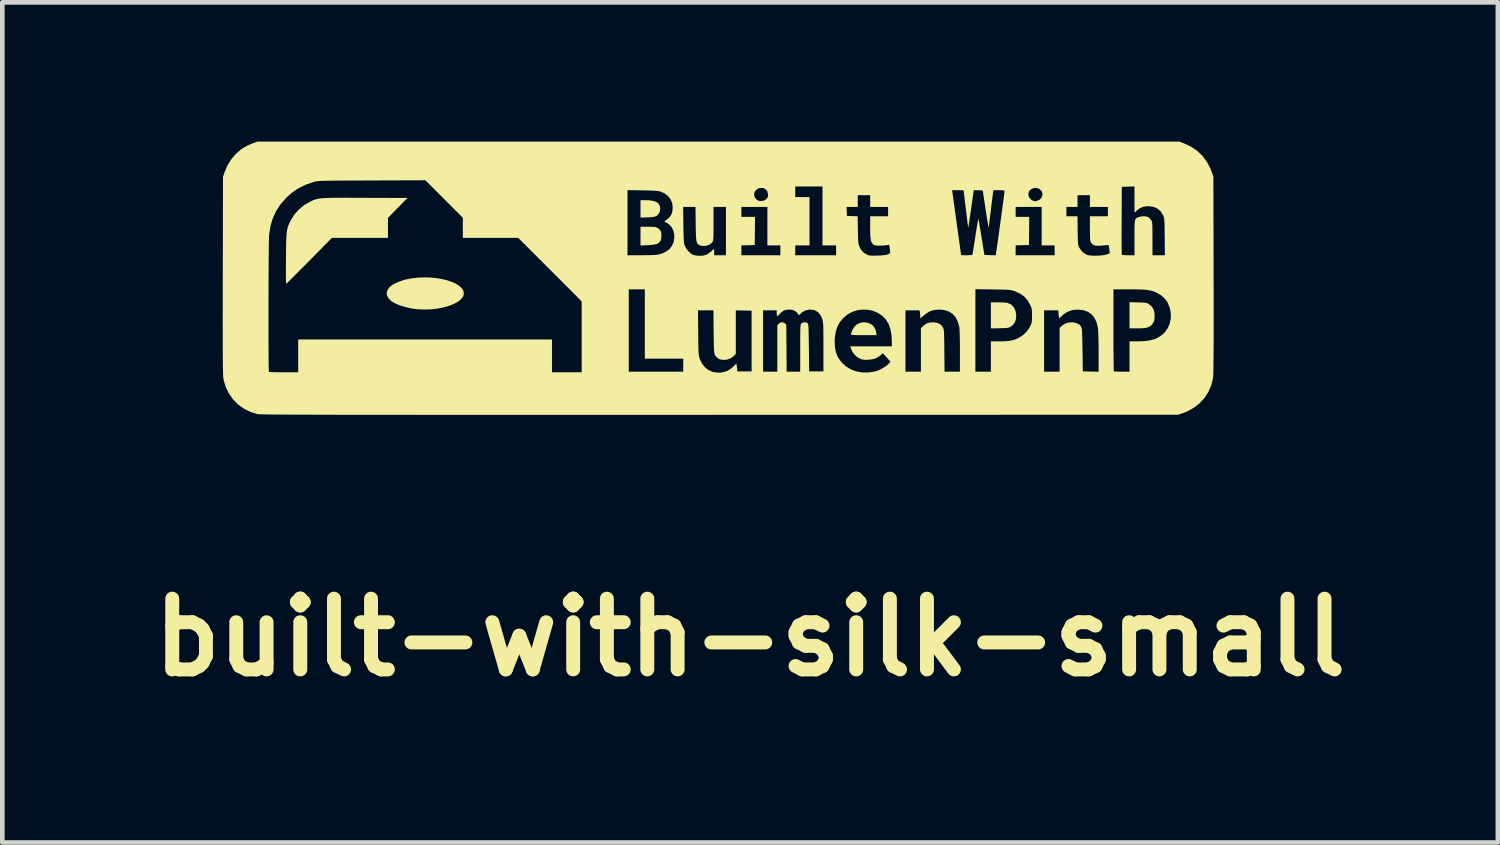
<source format=kicad_pcb>
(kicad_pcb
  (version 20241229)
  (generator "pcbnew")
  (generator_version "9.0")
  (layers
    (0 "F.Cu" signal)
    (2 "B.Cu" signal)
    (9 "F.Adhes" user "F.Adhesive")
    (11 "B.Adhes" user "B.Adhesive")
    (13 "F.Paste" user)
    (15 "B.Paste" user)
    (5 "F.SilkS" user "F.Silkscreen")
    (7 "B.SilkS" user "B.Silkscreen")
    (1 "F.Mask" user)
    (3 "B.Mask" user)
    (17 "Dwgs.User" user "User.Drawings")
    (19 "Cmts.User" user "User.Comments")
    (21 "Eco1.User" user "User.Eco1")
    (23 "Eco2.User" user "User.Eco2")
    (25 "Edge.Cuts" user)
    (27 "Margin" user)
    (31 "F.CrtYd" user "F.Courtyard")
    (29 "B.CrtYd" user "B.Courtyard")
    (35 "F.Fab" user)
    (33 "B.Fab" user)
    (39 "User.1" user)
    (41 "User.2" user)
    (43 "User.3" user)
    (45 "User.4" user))
  (footprint "built-with-silk-small"
    (layer "F.Cu")
    (at 13.106 10.679)
    (property "Reference" "built-with-silk-small" (at 0 0 0) (layer "F.SilkS") (effects (font (size 1.524 1.524) (thickness 0.3))))
    (attr board_only exclude_from_pos_files exclude_from_bom)
    (fp_poly (pts (xy -2.277 -9.418) (xy -2.167 -9.414) (xy -2.082 -9.401) (xy -2.019 -9.379) (xy -1.983 -9.354) (xy -1.948 -9.302) (xy -1.935 -9.242) (xy -1.942 -9.181) (xy -1.967 -9.125) (xy -2.011 -9.081) (xy -2.017 -9.078) (xy -2.043 -9.065) (xy -2.078 -9.057) (xy -2.127 -9.051) (xy -2.195 -9.047) (xy -2.21 -9.047) (xy -2.36 -9.042) (xy -2.36 -9.418)) (stroke (width 0) (type solid)) (fill yes) (layer "F.SilkS"))
    (fp_poly (pts (xy -2.125 -8.844) (xy -2.075 -8.842) (xy -2.041 -8.838) (xy -2.016 -8.831) (xy -1.994 -8.82) (xy -1.986 -8.814) (xy -1.944 -8.779) (xy -1.919 -8.738) (xy -1.91 -8.685) (xy -1.91 -8.635) (xy -1.918 -8.576) (xy -1.935 -8.53) (xy -1.966 -8.497) (xy -2.013 -8.473) (xy -2.08 -8.458) (xy -2.169 -8.45) (xy -2.202 -8.448) (xy -2.36 -8.441) (xy -2.36 -8.845) (xy -2.195 -8.845)) (stroke (width 0) (type solid)) (fill yes) (layer "F.SilkS"))
    (fp_poly (pts (xy 5.343 -7.217) (xy 5.411 -7.216) (xy 5.473 -7.213) (xy 5.523 -7.208) (xy 5.55 -7.203) (xy 5.62 -7.171) (xy 5.675 -7.118) (xy 5.713 -7.048) (xy 5.731 -6.964) (xy 5.733 -6.93) (xy 5.723 -6.842) (xy 5.694 -6.77) (xy 5.644 -6.714) (xy 5.625 -6.701) (xy 5.602 -6.686) (xy 5.58 -6.676) (xy 5.554 -6.669) (xy 5.519 -6.664) (xy 5.469 -6.662) (xy 5.4 -6.66) (xy 5.378 -6.659) (xy 5.187 -6.655) (xy 5.187 -7.217)) (stroke (width 0) (type solid)) (fill yes) (layer "F.SilkS"))
    (fp_poly (pts (xy 2.529 -6.779) (xy 2.598 -6.752) (xy 2.655 -6.707) (xy 2.672 -6.685) (xy 2.696 -6.64) (xy 2.713 -6.587) (xy 2.715 -6.573) (xy 2.724 -6.51) (xy 2.448 -6.51) (xy 2.354 -6.51) (xy 2.283 -6.511) (xy 2.233 -6.513) (xy 2.2 -6.516) (xy 2.181 -6.52) (xy 2.174 -6.526) (xy 2.173 -6.529) (xy 2.18 -6.561) (xy 2.198 -6.606) (xy 2.223 -6.654) (xy 2.25 -6.695) (xy 2.259 -6.706) (xy 2.314 -6.752) (xy 2.381 -6.779) (xy 2.455 -6.788)) (stroke (width 0) (type solid)) (fill yes) (layer "F.SilkS"))
    (fp_poly (pts (xy 8.359 -7.215) (xy 8.433 -7.213) (xy 8.486 -7.21) (xy 8.523 -7.206) (xy 8.55 -7.2) (xy 8.571 -7.19) (xy 8.594 -7.176) (xy 8.601 -7.17) (xy 8.655 -7.122) (xy 8.691 -7.065) (xy 8.709 -6.995) (xy 8.713 -6.923) (xy 8.712 -6.867) (xy 8.706 -6.828) (xy 8.695 -6.796) (xy 8.678 -6.768) (xy 8.646 -6.727) (xy 8.609 -6.697) (xy 8.563 -6.677) (xy 8.504 -6.664) (xy 8.426 -6.658) (xy 8.349 -6.657) (xy 8.173 -6.657) (xy 8.173 -7.22)) (stroke (width 0) (type solid)) (fill yes) (layer "F.SilkS"))
    (fp_poly (pts (xy -6.886 -7.752) (xy -6.76 -7.739) (xy -6.64 -7.719) (xy -6.529 -7.692) (xy -6.429 -7.659) (xy -6.341 -7.62) (xy -6.269 -7.575) (xy -6.214 -7.527) (xy -6.179 -7.474) (xy -6.165 -7.418) (xy -6.174 -7.36) (xy -6.183 -7.341) (xy -6.227 -7.283) (xy -6.293 -7.23) (xy -6.38 -7.182) (xy -6.484 -7.142) (xy -6.601 -7.108) (xy -6.728 -7.083) (xy -6.862 -7.067) (xy -7.001 -7.062) (xy -7.14 -7.067) (xy -7.18 -7.07) (xy -7.292 -7.086) (xy -7.404 -7.11) (xy -7.509 -7.14) (xy -7.603 -7.175) (xy -7.681 -7.213) (xy -7.738 -7.251) (xy -7.74 -7.253) (xy -7.795 -7.315) (xy -7.824 -7.376) (xy -7.825 -7.438) (xy -7.801 -7.499) (xy -7.749 -7.559) (xy -7.74 -7.567) (xy -7.699 -7.596) (xy -7.638 -7.628) (xy -7.567 -7.659) (xy -7.491 -7.687) (xy -7.419 -7.708) (xy -7.411 -7.71) (xy -7.281 -7.735) (xy -7.149 -7.75) (xy -7.016 -7.755)) (stroke (width 0) (type solid)) (fill yes) (layer "F.SilkS"))
    (fp_poly (pts (xy -8.627 -9.469) (xy -8.462 -9.469) (xy -8.284 -9.468) (xy -7.38 -9.465) (xy -7.8 -9.036) (xy -7.8 -8.605) (xy -8.403 -8.605) (xy -9.007 -8.606) (xy -9.494 -8.111) (xy -9.588 -8.017) (xy -9.677 -7.928) (xy -9.758 -7.846) (xy -9.829 -7.775) (xy -9.89 -7.714) (xy -9.939 -7.667) (xy -9.972 -7.635) (xy -9.99 -7.619) (xy -9.992 -7.617) (xy -9.994 -7.63) (xy -9.996 -7.667) (xy -9.997 -7.725) (xy -9.998 -7.801) (xy -9.998 -7.893) (xy -9.998 -7.997) (xy -9.997 -8.112) (xy -9.996 -8.168) (xy -9.995 -8.312) (xy -9.993 -8.433) (xy -9.991 -8.534) (xy -9.988 -8.616) (xy -9.984 -8.684) (xy -9.978 -8.74) (xy -9.97 -8.787) (xy -9.96 -8.828) (xy -9.947 -8.866) (xy -9.931 -8.904) (xy -9.912 -8.946) (xy -9.899 -8.973) (xy -9.821 -9.101) (xy -9.722 -9.214) (xy -9.605 -9.311) (xy -9.473 -9.387) (xy -9.439 -9.403) (xy -9.408 -9.417) (xy -9.377 -9.428) (xy -9.345 -9.438) (xy -9.308 -9.447) (xy -9.266 -9.453) (xy -9.215 -9.459) (xy -9.155 -9.463) (xy -9.082 -9.466) (xy -8.995 -9.468) (xy -8.891 -9.469) (xy -8.769 -9.47)) (stroke (width 0) (type solid)) (fill yes) (layer "F.SilkS"))
    (fp_poly (pts (xy 9.359 -10.636) (xy 9.507 -10.565) (xy 9.638 -10.474) (xy 9.751 -10.364) (xy 9.845 -10.235) (xy 9.92 -10.089) (xy 9.949 -10.012) (xy 9.98 -9.919) (xy 9.984 -7.804) (xy 9.985 -7.501) (xy 9.985 -7.224) (xy 9.985 -6.972) (xy 9.985 -6.744) (xy 9.985 -6.539) (xy 9.985 -6.357) (xy 9.984 -6.196) (xy 9.983 -6.056) (xy 9.982 -5.936) (xy 9.981 -5.835) (xy 9.98 -5.752) (xy 9.978 -5.687) (xy 9.976 -5.638) (xy 9.974 -5.605) (xy 9.973 -5.59) (xy 9.936 -5.437) (xy 9.876 -5.295) (xy 9.794 -5.166) (xy 9.692 -5.052) (xy 9.572 -4.955) (xy 9.435 -4.876) (xy 9.327 -4.832) (xy 9.22 -4.796) (xy -0.653 -4.794) (xy -1.284 -4.793) (xy -1.888 -4.793) (xy -2.466 -4.793) (xy -3.02 -4.793) (xy -3.549 -4.793) (xy -4.054 -4.793) (xy -4.535 -4.793) (xy -4.993 -4.793) (xy -5.429 -4.793) (xy -5.842 -4.793) (xy -6.235 -4.793) (xy -6.606 -4.793) (xy -6.957 -4.793) (xy -7.288 -4.794) (xy -7.599 -4.794) (xy -7.892 -4.794) (xy -8.166 -4.794) (xy -8.423 -4.795) (xy -8.662 -4.795) (xy -8.884 -4.795) (xy -9.09 -4.796) (xy -9.281 -4.796) (xy -9.456 -4.797) (xy -9.616 -4.797) (xy -9.762 -4.798) (xy -9.895 -4.798) (xy -10.014 -4.799) (xy -10.121 -4.8) (xy -10.215 -4.8) (xy -10.298 -4.801) (xy -10.37 -4.802) (xy -10.431 -4.803) (xy -10.483 -4.804) (xy -10.524 -4.805) (xy -10.557 -4.806) (xy -10.581 -4.807) (xy -10.598 -4.808) (xy -10.607 -4.809) (xy -10.607 -4.809) (xy -10.759 -4.855) (xy -10.898 -4.924) (xy -11.022 -5.012) (xy -11.13 -5.119) (xy -11.219 -5.241) (xy -11.288 -5.377) (xy -11.334 -5.526) (xy -11.346 -5.59) (xy -11.348 -5.612) (xy -11.35 -5.649) (xy -11.352 -5.702) (xy -11.354 -5.772) (xy -11.355 -5.859) (xy -11.356 -5.965) (xy -11.357 -6.09) (xy -11.358 -6.236) (xy -11.358 -6.402) (xy -11.358 -6.59) (xy -11.359 -6.801) (xy -11.359 -6.858) (xy -10.373 -6.858) (xy -10.373 -6.693) (xy -10.373 -6.533) (xy -10.373 -6.382) (xy -10.372 -6.241) (xy -10.371 -6.112) (xy -10.371 -5.998) (xy -10.37 -5.901) (xy -10.369 -5.822) (xy -10.367 -5.764) (xy -10.366 -5.729) (xy -10.364 -5.719) (xy -10.349 -5.716) (xy -10.311 -5.714) (xy -10.254 -5.712) (xy -10.182 -5.711) (xy -10.098 -5.71) (xy -10.044 -5.71) (xy -9.733 -5.71) (xy -9.733 -6.417) (xy -4.267 -6.417) (xy -4.267 -5.71) (xy -3.627 -5.71) (xy -3.627 -5.723) (xy -2.613 -5.723) (xy -1.44 -5.723) (xy -1.44 -6.003) (xy -2.267 -6.003) (xy -2.267 -7.044) (xy -1.122 -7.044) (xy -1.117 -6.56) (xy -1.116 -6.433) (xy -1.115 -6.329) (xy -1.113 -6.247) (xy -1.111 -6.181) (xy -1.109 -6.131) (xy -1.106 -6.092) (xy -1.101 -6.062) (xy -1.096 -6.038) (xy -1.09 -6.016) (xy -1.084 -5.999) (xy -1.033 -5.896) (xy -0.967 -5.813) (xy -0.887 -5.753) (xy -0.793 -5.716) (xy -0.687 -5.702) (xy -0.633 -5.704) (xy -0.559 -5.717) (xy -0.541 -5.723) (xy 0.28 -5.723) (xy 0.587 -5.723) (xy 0.587 -6.725) (xy 0.619 -6.757) (xy 0.662 -6.785) (xy 0.708 -6.786) (xy 0.749 -6.765) (xy 0.78 -6.739) (xy 0.788 -5.723) (xy 1.08 -5.723) (xy 1.08 -6.23) (xy 1.08 -6.36) (xy 1.08 -6.465) (xy 1.081 -6.55) (xy 1.082 -6.615) (xy 1.083 -6.665) (xy 1.086 -6.7) (xy 1.089 -6.725) (xy 1.093 -6.742) (xy 1.098 -6.753) (xy 1.105 -6.761) (xy 1.107 -6.764) (xy 1.146 -6.785) (xy 1.192 -6.788) (xy 1.234 -6.771) (xy 1.241 -6.765) (xy 1.246 -6.756) (xy 1.251 -6.742) (xy 1.254 -6.719) (xy 1.257 -6.686) (xy 1.259 -6.639) (xy 1.261 -6.576) (xy 1.263 -6.495) (xy 1.265 -6.393) (xy 1.266 -6.267) (xy 1.267 -6.241) (xy 1.273 -5.73) (xy 1.58 -5.73) (xy 1.58 -6.257) (xy 1.58 -6.37) (xy 1.822 -6.37) (xy 1.829 -6.244) (xy 1.851 -6.136) (xy 1.89 -6.041) (xy 1.902 -6.019) (xy 1.975 -5.919) (xy 2.066 -5.837) (xy 2.171 -5.773) (xy 2.289 -5.729) (xy 2.416 -5.706) (xy 2.549 -5.706) (xy 2.658 -5.723) (xy 3.347 -5.723) (xy 3.68 -5.723) (xy 3.68 -6.66) (xy 3.73 -6.71) (xy 3.797 -6.759) (xy 3.877 -6.784) (xy 3.969 -6.786) (xy 3.971 -6.786) (xy 4.049 -6.769) (xy 4.109 -6.735) (xy 4.15 -6.682) (xy 4.153 -6.676) (xy 4.161 -6.661) (xy 4.166 -6.643) (xy 4.171 -6.62) (xy 4.175 -6.589) (xy 4.178 -6.547) (xy 4.18 -6.491) (xy 4.181 -6.419) (xy 4.183 -6.327) (xy 4.184 -6.211) (xy 4.184 -6.173) (xy 4.189 -5.723) (xy 4.52 -5.723) (xy 4.52 -6.167) (xy 4.52 -6.287) (xy 4.518 -6.397) (xy 4.516 -6.495) (xy 4.514 -6.577) (xy 4.511 -6.64) (xy 4.507 -6.681) (xy 4.506 -6.689) (xy 4.474 -6.802) (xy 4.426 -6.896) (xy 4.361 -6.968) (xy 4.28 -7.02) (xy 4.182 -7.051) (xy 4.073 -7.061) (xy 3.969 -7.053) (xy 3.878 -7.026) (xy 3.795 -6.978) (xy 3.743 -6.936) (xy 3.667 -6.868) (xy 3.667 -6.906) (xy 3.664 -6.946) (xy 3.659 -6.991) (xy 3.658 -6.994) (xy 3.65 -7.044) (xy 3.347 -7.044) (xy 3.347 -5.723) (xy 2.658 -5.723) (xy 2.685 -5.727) (xy 2.72 -5.737) (xy 2.787 -5.762) (xy 2.858 -5.8) (xy 2.925 -5.843) (xy 2.979 -5.888) (xy 2.996 -5.906) (xy 3.024 -5.941) (xy 2.861 -6.121) (xy 2.815 -6.08) (xy 2.772 -6.049) (xy 2.722 -6.019) (xy 2.707 -6.012) (xy 2.645 -5.993) (xy 2.569 -5.982) (xy 2.491 -5.978) (xy 2.422 -5.985) (xy 2.404 -5.989) (xy 2.327 -6.023) (xy 2.259 -6.079) (xy 2.204 -6.152) (xy 2.167 -6.238) (xy 2.167 -6.24) (xy 2.158 -6.27) (xy 3.053 -6.27) (xy 3.053 -6.387) (xy 3.045 -6.52) (xy 3.021 -6.644) (xy 2.983 -6.751) (xy 2.978 -6.763) (xy 2.918 -6.857) (xy 2.841 -6.933) (xy 2.75 -6.992) (xy 2.648 -7.034) (xy 2.539 -7.057) (xy 2.427 -7.062) (xy 2.315 -7.048) (xy 2.207 -7.014) (xy 2.106 -6.961) (xy 2.015 -6.887) (xy 2.013 -6.885) (xy 1.937 -6.794) (xy 1.881 -6.695) (xy 1.845 -6.585) (xy 1.826 -6.459) (xy 1.822 -6.37) (xy 1.58 -6.37) (xy 1.58 -6.391) (xy 1.579 -6.501) (xy 1.579 -6.59) (xy 1.577 -6.661) (xy 1.576 -6.717) (xy 1.573 -6.76) (xy 1.57 -6.793) (xy 1.565 -6.82) (xy 1.56 -6.843) (xy 1.554 -6.863) (xy 1.516 -6.944) (xy 1.464 -7.005) (xy 1.399 -7.044) (xy 1.365 -7.055) (xy 1.275 -7.061) (xy 1.192 -7.043) (xy 1.119 -7.001) (xy 1.082 -6.966) (xy 1.058 -6.944) (xy 1.045 -6.945) (xy 1.044 -6.947) (xy 1.011 -6.998) (xy 0.959 -7.036) (xy 0.894 -7.058) (xy 0.822 -7.062) (xy 0.793 -7.058) (xy 0.738 -7.044) (xy 0.694 -7.02) (xy 0.653 -6.982) (xy 0.637 -6.964) (xy 0.61 -6.936) (xy 0.589 -6.92) (xy 0.582 -6.919) (xy 0.577 -6.937) (xy 0.574 -6.971) (xy 0.573 -6.986) (xy 0.573 -7.044) (xy 0.28 -7.044) (xy 0.28 -5.723) (xy -0.541 -5.723) (xy -0.488 -5.742) (xy -0.484 -5.744) (xy -0.435 -5.773) (xy -0.383 -5.813) (xy -0.355 -5.838) (xy -0.295 -5.899) (xy -0.288 -5.854) (xy -0.281 -5.809) (xy -0.277 -5.77) (xy -0.273 -5.73) (xy 0.033 -5.73) (xy 0.033 -7.037) (xy -0.137 -7.041) (xy -0.307 -7.044) (xy -0.307 -6.107) (xy -0.357 -6.056) (xy -0.42 -6.01) (xy -0.496 -5.983) (xy -0.573 -5.977) (xy -0.648 -5.987) (xy -0.707 -6.019) (xy -0.75 -6.07) (xy -0.753 -6.077) (xy -0.76 -6.092) (xy -0.766 -6.11) (xy -0.771 -6.133) (xy -0.775 -6.164) (xy -0.777 -6.206) (xy -0.78 -6.262) (xy -0.781 -6.334) (xy -0.783 -6.427) (xy -0.784 -6.542) (xy -0.785 -6.587) (xy -0.789 -7.044) (xy -1.122 -7.044) (xy -2.267 -7.044) (xy -2.267 -7.497) (xy -2.613 -7.497) (xy -2.613 -5.723) (xy -3.627 -5.723) (xy -3.627 -7.237) (xy -3.889 -7.5) (xy 4.853 -7.5) (xy 4.853 -5.723) (xy 5.187 -5.723) (xy 6.333 -5.723) (xy 6.667 -5.723) (xy 6.667 -6.667) (xy 6.719 -6.715) (xy 6.791 -6.762) (xy 6.874 -6.785) (xy 6.955 -6.786) (xy 7.035 -6.769) (xy 7.093 -6.738) (xy 7.13 -6.693) (xy 7.136 -6.679) (xy 7.141 -6.661) (xy 7.146 -6.635) (xy 7.149 -6.599) (xy 7.152 -6.55) (xy 7.154 -6.486) (xy 7.156 -6.403) (xy 7.158 -6.298) (xy 7.16 -6.19) (xy 7.167 -5.73) (xy 7.337 -5.726) (xy 7.507 -5.722) (xy 7.507 -6.153) (xy 7.506 -6.262) (xy 7.505 -6.367) (xy 7.503 -6.462) (xy 7.5 -6.546) (xy 7.497 -6.612) (xy 7.494 -6.657) (xy 7.492 -6.67) (xy 7.463 -6.787) (xy 7.418 -6.883) (xy 7.355 -6.959) (xy 7.276 -7.014) (xy 7.18 -7.048) (xy 7.068 -7.06) (xy 7.055 -7.061) (xy 6.946 -7.051) (xy 6.85 -7.019) (xy 6.763 -6.965) (xy 6.728 -6.936) (xy 6.656 -6.87) (xy 6.646 -6.957) (xy 6.637 -7.044) (xy 6.333 -7.044) (xy 6.333 -5.723) (xy 5.187 -5.723) (xy 5.187 -6.377) (xy 5.365 -6.377) (xy 5.47 -6.378) (xy 5.554 -6.384) (xy 5.625 -6.394) (xy 5.687 -6.41) (xy 5.747 -6.432) (xy 5.77 -6.443) (xy 5.87 -6.504) (xy 5.956 -6.584) (xy 6.021 -6.678) (xy 6.03 -6.695) (xy 6.049 -6.736) (xy 6.062 -6.77) (xy 6.069 -6.804) (xy 6.072 -6.847) (xy 6.073 -6.907) (xy 6.073 -6.93) (xy 6.073 -6.997) (xy 6.07 -7.045) (xy 6.064 -7.082) (xy 6.053 -7.116) (xy 6.036 -7.155) (xy 6.032 -7.164) (xy 5.976 -7.261) (xy 5.909 -7.338) (xy 5.825 -7.399) (xy 5.721 -7.449) (xy 5.693 -7.459) (xy 5.666 -7.468) (xy 5.639 -7.475) (xy 5.609 -7.48) (xy 5.572 -7.485) (xy 5.525 -7.488) (xy 5.464 -7.49) (xy 5.384 -7.492) (xy 5.284 -7.494) (xy 5.23 -7.495) (xy 5.031 -7.497) (xy 7.827 -7.497) (xy 7.827 -6.619) (xy 7.827 -6.468) (xy 7.827 -6.326) (xy 7.828 -6.193) (xy 7.829 -6.073) (xy 7.83 -5.967) (xy 7.831 -5.878) (xy 7.832 -5.808) (xy 7.833 -5.76) (xy 7.835 -5.735) (xy 7.836 -5.732) (xy 7.852 -5.728) (xy 7.889 -5.726) (xy 7.942 -5.724) (xy 8.005 -5.723) (xy 8.009 -5.723) (xy 8.173 -5.723) (xy 8.173 -6.377) (xy 8.357 -6.377) (xy 8.498 -6.382) (xy 8.617 -6.398) (xy 8.719 -6.426) (xy 8.806 -6.468) (xy 8.883 -6.523) (xy 8.933 -6.572) (xy 8.997 -6.662) (xy 9.04 -6.763) (xy 9.062 -6.873) (xy 9.062 -6.986) (xy 9.04 -7.099) (xy 8.996 -7.206) (xy 8.983 -7.229) (xy 8.925 -7.306) (xy 8.85 -7.37) (xy 8.755 -7.425) (xy 8.746 -7.429) (xy 8.7 -7.449) (xy 8.654 -7.464) (xy 8.603 -7.476) (xy 8.543 -7.485) (xy 8.472 -7.491) (xy 8.384 -7.495) (xy 8.277 -7.497) (xy 8.157 -7.497) (xy 7.827 -7.497) (xy 5.031 -7.497) (xy 4.853 -7.5) (xy -3.889 -7.5) (xy -4.993 -8.605) (xy -6.187 -8.605) (xy -6.187 -9.038) (xy -6.782 -9.634) (xy -2.64 -9.634) (xy -2.64 -8.231) (xy -2.348 -8.231) (xy -2.258 -8.232) (xy -2.172 -8.233) (xy -2.096 -8.236) (xy -2.035 -8.239) (xy -1.993 -8.243) (xy -1.986 -8.244) (xy -1.896 -8.269) (xy -1.814 -8.307) (xy -1.747 -8.354) (xy -1.734 -8.365) (xy -1.682 -8.434) (xy -1.647 -8.513) (xy -1.632 -8.598) (xy -1.634 -8.683) (xy -1.653 -8.764) (xy -1.689 -8.836) (xy -1.742 -8.895) (xy -1.793 -8.927) (xy -1.851 -8.956) (xy -1.802 -8.992) (xy -1.737 -9.048) (xy -1.695 -9.109) (xy -1.673 -9.181) (xy -1.667 -9.262) (xy -1.668 -9.272) (xy -1.442 -9.272) (xy -1.437 -8.888) (xy -1.435 -8.772) (xy -1.433 -8.68) (xy -1.43 -8.608) (xy -1.427 -8.552) (xy -1.423 -8.51) (xy -1.418 -8.479) (xy -1.412 -8.454) (xy -1.408 -8.441) (xy -1.376 -8.379) (xy -1.331 -8.321) (xy -1.279 -8.272) (xy -1.227 -8.24) (xy -1.22 -8.238) (xy -1.155 -8.223) (xy -1.081 -8.219) (xy -1.007 -8.224) (xy -0.946 -8.24) (xy -0.939 -8.243) (xy -0.895 -8.269) (xy -0.85 -8.303) (xy -0.836 -8.316) (xy -0.807 -8.344) (xy -0.786 -8.361) (xy -0.78 -8.364) (xy -0.776 -8.352) (xy -0.774 -8.322) (xy -0.773 -8.298) (xy -0.773 -8.231) (xy -0.52 -8.231) (xy -0.187 -8.231) (xy 0.653 -8.231) (xy 0.973 -8.231) (xy 1.853 -8.231) (xy 1.853 -8.444) (xy 1.56 -8.444) (xy 1.56 -9.272) (xy 2.079 -9.272) (xy 2.083 -9.175) (xy 2.087 -9.078) (xy 2.318 -9.07) (xy 2.322 -8.774) (xy 2.324 -8.677) (xy 2.326 -8.602) (xy 2.328 -8.545) (xy 2.332 -8.503) (xy 2.337 -8.472) (xy 2.343 -8.446) (xy 2.352 -8.423) (xy 2.357 -8.411) (xy 2.4 -8.336) (xy 2.454 -8.282) (xy 2.523 -8.243) (xy 2.56 -8.229) (xy 2.59 -8.225) (xy 2.64 -8.222) (xy 2.703 -8.223) (xy 2.771 -8.225) (xy 2.837 -8.228) (xy 2.895 -8.234) (xy 2.937 -8.241) (xy 2.947 -8.243) (xy 2.986 -8.257) (xy 3.008 -8.271) (xy 3.017 -8.293) (xy 3.015 -8.329) (xy 3.01 -8.367) (xy 2.997 -8.457) (xy 2.935 -8.447) (xy 2.889 -8.442) (xy 2.829 -8.439) (xy 2.778 -8.438) (xy 2.725 -8.439) (xy 2.69 -8.444) (xy 2.666 -8.455) (xy 2.647 -8.47) (xy 2.627 -8.493) (xy 2.612 -8.52) (xy 2.601 -8.556) (xy 2.594 -8.605) (xy 2.589 -8.67) (xy 2.587 -8.754) (xy 2.587 -8.835) (xy 2.587 -9.071) (xy 2.973 -9.071) (xy 2.973 -9.272) (xy 2.587 -9.272) (xy 2.587 -9.525) (xy 2.32 -9.525) (xy 2.32 -9.272) (xy 2.079 -9.272) (xy 1.56 -9.272) (xy 1.56 -9.632) (xy 4.352 -9.632) (xy 4.448 -8.935) (xy 4.467 -8.802) (xy 4.484 -8.677) (xy 4.5 -8.563) (xy 4.514 -8.461) (xy 4.526 -8.376) (xy 4.535 -8.308) (xy 4.542 -8.261) (xy 4.545 -8.237) (xy 4.546 -8.234) (xy 4.558 -8.233) (xy 4.592 -8.232) (xy 4.64 -8.231) (xy 4.666 -8.231) (xy 4.724 -8.232) (xy 4.76 -8.234) (xy 4.78 -8.24) (xy 4.79 -8.25) (xy 4.791 -8.254) (xy 4.795 -8.273) (xy 4.802 -8.315) (xy 4.812 -8.376) (xy 4.824 -8.452) (xy 4.838 -8.541) (xy 4.852 -8.638) (xy 4.855 -8.656) (xy 4.87 -8.751) (xy 4.884 -8.837) (xy 4.896 -8.909) (xy 4.906 -8.965) (xy 4.914 -9.002) (xy 4.918 -9.016) (xy 4.919 -9.016) (xy 4.922 -8.999) (xy 4.929 -8.958) (xy 4.94 -8.899) (xy 4.952 -8.823) (xy 4.967 -8.736) (xy 4.983 -8.639) (xy 4.986 -8.618) (xy 5.047 -8.238) (xy 5.169 -8.234) (xy 5.29 -8.23) (xy 5.29 -8.231) (xy 5.72 -8.231) (xy 6.56 -8.231) (xy 6.56 -8.444) (xy 6.28 -8.444) (xy 6.28 -9.071) (xy 6.813 -9.071) (xy 7.052 -9.071) (xy 7.056 -8.761) (xy 7.057 -8.661) (xy 7.059 -8.584) (xy 7.061 -8.527) (xy 7.064 -8.484) (xy 7.069 -8.453) (xy 7.075 -8.43) (xy 7.082 -8.41) (xy 7.089 -8.397) (xy 7.139 -8.326) (xy 7.2 -8.27) (xy 7.259 -8.238) (xy 7.304 -8.228) (xy 7.369 -8.222) (xy 7.444 -8.221) (xy 7.522 -8.224) (xy 7.596 -8.231) (xy 7.657 -8.241) (xy 7.69 -8.251) (xy 7.748 -8.274) (xy 7.739 -8.356) (xy 7.733 -8.4) (xy 7.726 -8.434) (xy 7.722 -8.447) (xy 7.706 -8.449) (xy 7.67 -8.448) (xy 7.62 -8.443) (xy 7.598 -8.441) (xy 7.51 -8.434) (xy 7.442 -8.438) (xy 7.393 -8.456) (xy 7.357 -8.486) (xy 7.346 -8.502) (xy 7.337 -8.519) (xy 7.33 -8.539) (xy 7.326 -8.566) (xy 7.323 -8.601) (xy 8.002 -8.601) (xy 8.003 -8.496) (xy 8.003 -8.406) (xy 8.004 -8.334) (xy 8.004 -8.282) (xy 8.006 -8.253) (xy 8.006 -8.248) (xy 8.019 -8.239) (xy 8.053 -8.234) (xy 8.11 -8.231) (xy 8.146 -8.231) (xy 8.28 -8.231) (xy 8.28 -8.61) (xy 8.28 -8.725) (xy 8.28 -8.816) (xy 8.282 -8.886) (xy 8.285 -8.938) (xy 8.29 -8.976) (xy 8.299 -9.003) (xy 8.31 -9.021) (xy 8.326 -9.034) (xy 8.346 -9.044) (xy 8.369 -9.053) (xy 8.42 -9.066) (xy 8.479 -9.071) (xy 8.535 -9.066) (xy 8.573 -9.054) (xy 8.602 -9.032) (xy 8.632 -8.999) (xy 8.636 -8.993) (xy 8.645 -8.978) (xy 8.652 -8.963) (xy 8.658 -8.945) (xy 8.662 -8.919) (xy 8.664 -8.882) (xy 8.666 -8.831) (xy 8.666 -8.763) (xy 8.667 -8.674) (xy 8.667 -8.589) (xy 8.667 -8.231) (xy 8.935 -8.231) (xy 8.931 -8.628) (xy 8.929 -8.742) (xy 8.928 -8.832) (xy 8.927 -8.902) (xy 8.924 -8.956) (xy 8.922 -8.996) (xy 8.917 -9.027) (xy 8.912 -9.051) (xy 8.905 -9.071) (xy 8.896 -9.092) (xy 8.895 -9.095) (xy 8.846 -9.174) (xy 8.78 -9.233) (xy 8.698 -9.271) (xy 8.6 -9.287) (xy 8.562 -9.288) (xy 8.474 -9.277) (xy 8.397 -9.245) (xy 8.333 -9.196) (xy 8.28 -9.148) (xy 8.28 -9.713) (xy 8.007 -9.705) (xy 8.003 -8.985) (xy 8.003 -8.848) (xy 8.002 -8.72) (xy 8.002 -8.601) (xy 7.323 -8.601) (xy 7.323 -8.604) (xy 7.321 -8.657) (xy 7.32 -8.73) (xy 7.32 -8.808) (xy 7.32 -9.071) (xy 7.707 -9.071) (xy 7.707 -9.272) (xy 7.32 -9.272) (xy 7.32 -9.525) (xy 7.053 -9.525) (xy 7.053 -9.272) (xy 6.813 -9.272) (xy 6.813 -9.071) (xy 6.28 -9.071) (xy 6.28 -9.272) (xy 5.72 -9.272) (xy 5.72 -9.058) (xy 6.014 -9.058) (xy 6.01 -8.755) (xy 6.007 -8.451) (xy 5.72 -8.444) (xy 5.72 -8.231) (xy 5.29 -8.231) (xy 5.298 -8.274) (xy 5.302 -8.303) (xy 5.31 -8.353) (xy 5.32 -8.422) (xy 5.332 -8.507) (xy 5.346 -8.604) (xy 5.36 -8.711) (xy 5.376 -8.824) (xy 5.392 -8.939) (xy 5.408 -9.055) (xy 5.423 -9.168) (xy 5.437 -9.274) (xy 5.45 -9.37) (xy 5.461 -9.455) (xy 5.47 -9.523) (xy 5.472 -9.533) (xy 5.993 -9.533) (xy 6.008 -9.483) (xy 6.041 -9.439) (xy 6.087 -9.41) (xy 6.116 -9.398) (xy 6.135 -9.393) (xy 6.158 -9.397) (xy 6.188 -9.405) (xy 6.241 -9.431) (xy 6.278 -9.471) (xy 6.296 -9.519) (xy 6.296 -9.569) (xy 6.276 -9.617) (xy 6.237 -9.655) (xy 6.219 -9.664) (xy 6.166 -9.682) (xy 6.117 -9.68) (xy 6.07 -9.663) (xy 6.024 -9.629) (xy 5.999 -9.583) (xy 5.993 -9.533) (xy 5.472 -9.533) (xy 5.477 -9.572) (xy 5.48 -9.6) (xy 5.48 -9.604) (xy 5.478 -9.617) (xy 5.47 -9.625) (xy 5.449 -9.63) (xy 5.411 -9.631) (xy 5.361 -9.632) (xy 5.242 -9.632) (xy 5.235 -9.595) (xy 5.232 -9.572) (xy 5.226 -9.527) (xy 5.218 -9.463) (xy 5.208 -9.384) (xy 5.197 -9.293) (xy 5.185 -9.196) (xy 5.185 -9.189) (xy 5.173 -9.093) (xy 5.162 -9.007) (xy 5.153 -8.934) (xy 5.145 -8.877) (xy 5.14 -8.839) (xy 5.137 -8.824) (xy 5.136 -8.824) (xy 5.134 -8.837) (xy 5.128 -8.873) (xy 5.119 -8.928) (xy 5.108 -8.996) (xy 5.095 -9.076) (xy 5.082 -9.162) (xy 5.068 -9.251) (xy 5.055 -9.339) (xy 5.042 -9.421) (xy 5.031 -9.495) (xy 5.022 -9.555) (xy 5.016 -9.598) (xy 5.014 -9.62) (xy 5.014 -9.622) (xy 5.001 -9.627) (xy 4.969 -9.63) (xy 4.923 -9.632) (xy 4.916 -9.632) (xy 4.818 -9.632) (xy 4.76 -9.222) (xy 4.745 -9.122) (xy 4.732 -9.032) (xy 4.72 -8.954) (xy 4.71 -8.892) (xy 4.703 -8.848) (xy 4.699 -8.827) (xy 4.698 -8.826) (xy 4.695 -8.84) (xy 4.691 -8.878) (xy 4.683 -8.934) (xy 4.675 -9.004) (xy 4.665 -9.085) (xy 4.654 -9.172) (xy 4.643 -9.262) (xy 4.632 -9.35) (xy 4.622 -9.432) (xy 4.614 -9.505) (xy 4.607 -9.564) (xy 4.602 -9.606) (xy 4.6 -9.626) (xy 4.6 -9.627) (xy 4.588 -9.629) (xy 4.554 -9.631) (xy 4.506 -9.632) (xy 4.476 -9.632) (xy 4.352 -9.632) (xy 1.56 -9.632) (xy 1.56 -9.712) (xy 0.973 -9.712) (xy 0.973 -9.485) (xy 1.28 -9.485) (xy 1.28 -8.444) (xy 0.973 -8.444) (xy 0.973 -8.231) (xy 0.653 -8.231) (xy 0.653 -8.444) (xy 0.373 -8.444) (xy 0.373 -9.272) (xy -0.187 -9.272) (xy -0.187 -9.058) (xy 0.107 -9.058) (xy 0.104 -8.755) (xy 0.1 -8.451) (xy -0.043 -8.447) (xy -0.187 -8.444) (xy -0.187 -8.231) (xy -0.52 -8.231) (xy -0.52 -9.272) (xy -0.787 -9.272) (xy -0.787 -8.91) (xy -0.787 -8.802) (xy -0.787 -8.717) (xy -0.788 -8.652) (xy -0.79 -8.605) (xy -0.793 -8.57) (xy -0.797 -8.546) (xy -0.803 -8.53) (xy -0.81 -8.516) (xy -0.813 -8.512) (xy -0.857 -8.471) (xy -0.917 -8.443) (xy -0.984 -8.431) (xy -1.051 -8.435) (xy -1.087 -8.447) (xy -1.109 -8.459) (xy -1.126 -8.473) (xy -1.14 -8.493) (xy -1.15 -8.521) (xy -1.158 -8.562) (xy -1.163 -8.616) (xy -1.167 -8.689) (xy -1.169 -8.782) (xy -1.171 -8.898) (xy -1.171 -8.908) (xy -1.176 -9.272) (xy -1.442 -9.272) (xy -1.668 -9.272) (xy -1.679 -9.357) (xy -1.715 -9.441) (xy -1.773 -9.513) (xy -1.801 -9.533) (xy 0.086 -9.533) (xy 0.099 -9.482) (xy 0.129 -9.44) (xy 0.178 -9.406) (xy 0.232 -9.398) (xy 0.247 -9.4) (xy 0.277 -9.404) (xy 0.289 -9.405) (xy 0.308 -9.413) (xy 0.337 -9.433) (xy 0.346 -9.439) (xy 0.372 -9.466) (xy 0.384 -9.493) (xy 0.387 -9.535) (xy 0.387 -9.538) (xy 0.375 -9.599) (xy 0.343 -9.646) (xy 0.292 -9.675) (xy 0.271 -9.68) (xy 0.21 -9.68) (xy 0.158 -9.661) (xy 0.119 -9.627) (xy 0.093 -9.583) (xy 0.086 -9.533) (xy -1.801 -9.533) (xy -1.85 -9.569) (xy -1.924 -9.6) (xy -1.952 -9.608) (xy -1.988 -9.614) (xy -2.035 -9.619) (xy -2.096 -9.623) (xy -2.175 -9.626) (xy -2.276 -9.628) (xy -2.317 -9.629) (xy -2.64 -9.634) (xy -6.782 -9.634) (xy -6.994 -9.846) (xy -8.147 -9.842) (xy -8.349 -9.841) (xy -8.526 -9.841) (xy -8.68 -9.84) (xy -8.813 -9.839) (xy -8.926 -9.838) (xy -9.022 -9.837) (xy -9.101 -9.836) (xy -9.167 -9.835) (xy -9.221 -9.833) (xy -9.264 -9.831) (xy -9.298 -9.828) (xy -9.326 -9.825) (xy -9.349 -9.822) (xy -9.368 -9.818) (xy -9.386 -9.813) (xy -9.402 -9.809) (xy -9.573 -9.75) (xy -9.726 -9.675) (xy -9.865 -9.581) (xy -9.988 -9.472) (xy -10.108 -9.336) (xy -10.204 -9.192) (xy -10.277 -9.037) (xy -10.328 -8.869) (xy -10.357 -8.686) (xy -10.36 -8.658) (xy -10.362 -8.625) (xy -10.363 -8.569) (xy -10.365 -8.492) (xy -10.366 -8.396) (xy -10.367 -8.284) (xy -10.369 -8.156) (xy -10.37 -8.016) (xy -10.37 -7.866) (xy -10.371 -7.707) (xy -10.372 -7.541) (xy -10.372 -7.372) (xy -10.373 -7.2) (xy -10.373 -7.028) (xy -10.373 -6.858) (xy -11.359 -6.858) (xy -11.358 -7.035) (xy -11.358 -7.294) (xy -11.358 -7.577) (xy -11.357 -7.804) (xy -11.353 -9.919) (xy -11.322 -10.012) (xy -11.258 -10.163) (xy -11.175 -10.299) (xy -11.073 -10.418) (xy -10.955 -10.518) (xy -10.822 -10.597) (xy -10.717 -10.641) (xy -10.607 -10.679) (xy 9.247 -10.679)) (stroke (width 0) (type solid)) (fill yes) (layer "F.SilkS")))
  (gr_rect
    (start -3 -3)
    (end 29.213 15.097)
    (stroke (width 0.1) (type default))
    (fill no)
    (layer "Edge.Cuts")))
</source>
